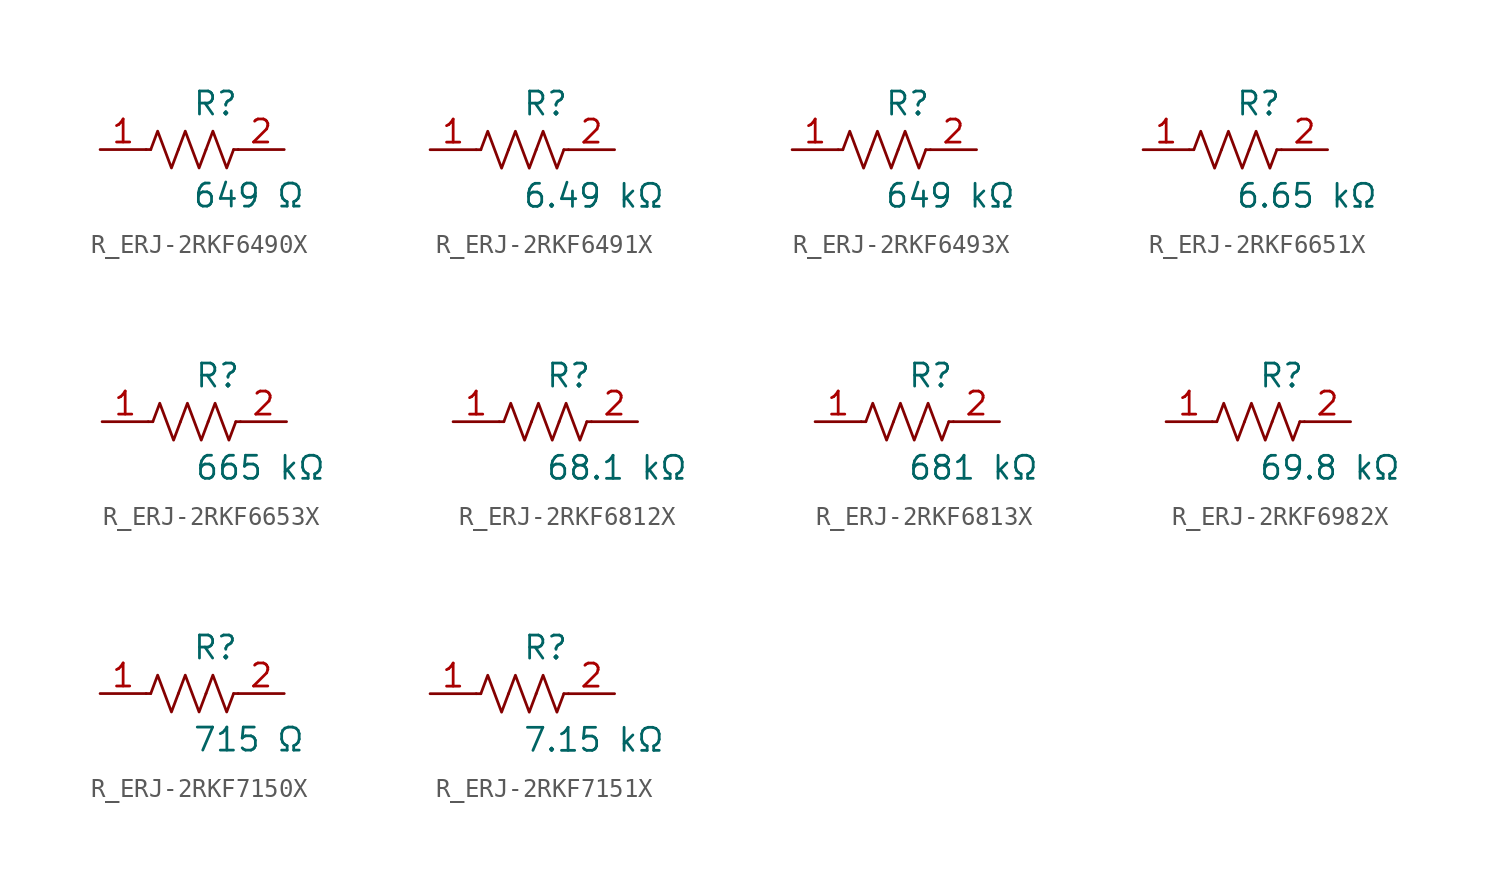
<source format=kicad_sym>
(kicad_symbol_lib
  (version 20231120)
  (generator kicad_symbol_editor)
  (generator_version 8.0)
  (symbol "R_ERJ-2RKF6490X"
    (pin_names
      (offset 0.254))
    (property "Reference" "R"
      (at 0.0 2.54 0)
      (effects (font (size 1.27 1.27)) (justify left)))
    (property "Value" "649 Ω"
      (at 0.0 -2.54 0)
      (effects (font (size 1.27 1.27)) (justify left)))
    (symbol "R_ERJ-2RKF6490X_0_1"
      (polyline (pts (xy 2.286 0) (xy 2.54 0)) (stroke (width 0) (type default)) (fill (type none)))
      (polyline (pts (xy -2.286 0) (xy -2.54 0)) (stroke (width 0) (type default)) (fill (type none)))
      (polyline (pts (xy 0.762 0) (xy 1.143 1.016) (xy 1.524 0) (xy 1.905 -1.016) (xy 2.286 0)) (stroke (width 0) (type default)) (fill (type none)))
      (polyline (pts (xy -0.762 0) (xy -0.381 1.016) (xy 0 0) (xy 0.381 -1.016) (xy 0.762 0)) (stroke (width 0) (type default)) (fill (type none)))
      (polyline (pts (xy -2.286 0) (xy -1.905 1.016) (xy -1.524 0) (xy -1.143 -1.016) (xy -0.762 0)) (stroke (width 0) (type default)) (fill (type none))))
    (pin unspecified line
      (at -5.08 0 0)
      (length 2.54)
      (name "" (effects (font (size 1.27 1.27))))
      (number "1" (effects (font (size 1.27 1.27)))))
    (pin unspecified line
      (at 5.08 0 180)
      (length 2.54)
      (name "" (effects (font (size 1.27 1.27))))
      (number "2" (effects (font (size 1.27 1.27))))))
  (symbol "R_ERJ-2RKF6491X"
    (pin_names
      (offset 0.254))
    (property "Reference" "R"
      (at 0.0 2.54 0)
      (effects (font (size 1.27 1.27)) (justify left)))
    (property "Value" "6.49 kΩ"
      (at 0.0 -2.54 0)
      (effects (font (size 1.27 1.27)) (justify left)))
    (symbol "R_ERJ-2RKF6491X_0_1"
      (polyline (pts (xy 2.286 0) (xy 2.54 0)) (stroke (width 0) (type default)) (fill (type none)))
      (polyline (pts (xy -2.286 0) (xy -2.54 0)) (stroke (width 0) (type default)) (fill (type none)))
      (polyline (pts (xy 0.762 0) (xy 1.143 1.016) (xy 1.524 0) (xy 1.905 -1.016) (xy 2.286 0)) (stroke (width 0) (type default)) (fill (type none)))
      (polyline (pts (xy -0.762 0) (xy -0.381 1.016) (xy 0 0) (xy 0.381 -1.016) (xy 0.762 0)) (stroke (width 0) (type default)) (fill (type none)))
      (polyline (pts (xy -2.286 0) (xy -1.905 1.016) (xy -1.524 0) (xy -1.143 -1.016) (xy -0.762 0)) (stroke (width 0) (type default)) (fill (type none))))
    (pin unspecified line
      (at -5.08 0 0)
      (length 2.54)
      (name "" (effects (font (size 1.27 1.27))))
      (number "1" (effects (font (size 1.27 1.27)))))
    (pin unspecified line
      (at 5.08 0 180)
      (length 2.54)
      (name "" (effects (font (size 1.27 1.27))))
      (number "2" (effects (font (size 1.27 1.27))))))
  (symbol "R_ERJ-2RKF6493X"
    (pin_names
      (offset 0.254))
    (property "Reference" "R"
      (at 0.0 2.54 0)
      (effects (font (size 1.27 1.27)) (justify left)))
    (property "Value" "649 kΩ"
      (at 0.0 -2.54 0)
      (effects (font (size 1.27 1.27)) (justify left)))
    (symbol "R_ERJ-2RKF6493X_0_1"
      (polyline (pts (xy 2.286 0) (xy 2.54 0)) (stroke (width 0) (type default)) (fill (type none)))
      (polyline (pts (xy -2.286 0) (xy -2.54 0)) (stroke (width 0) (type default)) (fill (type none)))
      (polyline (pts (xy 0.762 0) (xy 1.143 1.016) (xy 1.524 0) (xy 1.905 -1.016) (xy 2.286 0)) (stroke (width 0) (type default)) (fill (type none)))
      (polyline (pts (xy -0.762 0) (xy -0.381 1.016) (xy 0 0) (xy 0.381 -1.016) (xy 0.762 0)) (stroke (width 0) (type default)) (fill (type none)))
      (polyline (pts (xy -2.286 0) (xy -1.905 1.016) (xy -1.524 0) (xy -1.143 -1.016) (xy -0.762 0)) (stroke (width 0) (type default)) (fill (type none))))
    (pin unspecified line
      (at -5.08 0 0)
      (length 2.54)
      (name "" (effects (font (size 1.27 1.27))))
      (number "1" (effects (font (size 1.27 1.27)))))
    (pin unspecified line
      (at 5.08 0 180)
      (length 2.54)
      (name "" (effects (font (size 1.27 1.27))))
      (number "2" (effects (font (size 1.27 1.27))))))
  (symbol "R_ERJ-2RKF6651X"
    (pin_names
      (offset 0.254))
    (property "Reference" "R"
      (at 0.0 2.54 0)
      (effects (font (size 1.27 1.27)) (justify left)))
    (property "Value" "6.65 kΩ"
      (at 0.0 -2.54 0)
      (effects (font (size 1.27 1.27)) (justify left)))
    (symbol "R_ERJ-2RKF6651X_0_1"
      (polyline (pts (xy 2.286 0) (xy 2.54 0)) (stroke (width 0) (type default)) (fill (type none)))
      (polyline (pts (xy -2.286 0) (xy -2.54 0)) (stroke (width 0) (type default)) (fill (type none)))
      (polyline (pts (xy 0.762 0) (xy 1.143 1.016) (xy 1.524 0) (xy 1.905 -1.016) (xy 2.286 0)) (stroke (width 0) (type default)) (fill (type none)))
      (polyline (pts (xy -0.762 0) (xy -0.381 1.016) (xy 0 0) (xy 0.381 -1.016) (xy 0.762 0)) (stroke (width 0) (type default)) (fill (type none)))
      (polyline (pts (xy -2.286 0) (xy -1.905 1.016) (xy -1.524 0) (xy -1.143 -1.016) (xy -0.762 0)) (stroke (width 0) (type default)) (fill (type none))))
    (pin unspecified line
      (at -5.08 0 0)
      (length 2.54)
      (name "" (effects (font (size 1.27 1.27))))
      (number "1" (effects (font (size 1.27 1.27)))))
    (pin unspecified line
      (at 5.08 0 180)
      (length 2.54)
      (name "" (effects (font (size 1.27 1.27))))
      (number "2" (effects (font (size 1.27 1.27))))))
  (symbol "R_ERJ-2RKF6653X"
    (pin_names
      (offset 0.254))
    (property "Reference" "R"
      (at 0.0 2.54 0)
      (effects (font (size 1.27 1.27)) (justify left)))
    (property "Value" "665 kΩ"
      (at 0.0 -2.54 0)
      (effects (font (size 1.27 1.27)) (justify left)))
    (symbol "R_ERJ-2RKF6653X_0_1"
      (polyline (pts (xy 2.286 0) (xy 2.54 0)) (stroke (width 0) (type default)) (fill (type none)))
      (polyline (pts (xy -2.286 0) (xy -2.54 0)) (stroke (width 0) (type default)) (fill (type none)))
      (polyline (pts (xy 0.762 0) (xy 1.143 1.016) (xy 1.524 0) (xy 1.905 -1.016) (xy 2.286 0)) (stroke (width 0) (type default)) (fill (type none)))
      (polyline (pts (xy -0.762 0) (xy -0.381 1.016) (xy 0 0) (xy 0.381 -1.016) (xy 0.762 0)) (stroke (width 0) (type default)) (fill (type none)))
      (polyline (pts (xy -2.286 0) (xy -1.905 1.016) (xy -1.524 0) (xy -1.143 -1.016) (xy -0.762 0)) (stroke (width 0) (type default)) (fill (type none))))
    (pin unspecified line
      (at -5.08 0 0)
      (length 2.54)
      (name "" (effects (font (size 1.27 1.27))))
      (number "1" (effects (font (size 1.27 1.27)))))
    (pin unspecified line
      (at 5.08 0 180)
      (length 2.54)
      (name "" (effects (font (size 1.27 1.27))))
      (number "2" (effects (font (size 1.27 1.27))))))
  (symbol "R_ERJ-2RKF6812X"
    (pin_names
      (offset 0.254))
    (property "Reference" "R"
      (at 0.0 2.54 0)
      (effects (font (size 1.27 1.27)) (justify left)))
    (property "Value" "68.1 kΩ"
      (at 0.0 -2.54 0)
      (effects (font (size 1.27 1.27)) (justify left)))
    (symbol "R_ERJ-2RKF6812X_0_1"
      (polyline (pts (xy 2.286 0) (xy 2.54 0)) (stroke (width 0) (type default)) (fill (type none)))
      (polyline (pts (xy -2.286 0) (xy -2.54 0)) (stroke (width 0) (type default)) (fill (type none)))
      (polyline (pts (xy 0.762 0) (xy 1.143 1.016) (xy 1.524 0) (xy 1.905 -1.016) (xy 2.286 0)) (stroke (width 0) (type default)) (fill (type none)))
      (polyline (pts (xy -0.762 0) (xy -0.381 1.016) (xy 0 0) (xy 0.381 -1.016) (xy 0.762 0)) (stroke (width 0) (type default)) (fill (type none)))
      (polyline (pts (xy -2.286 0) (xy -1.905 1.016) (xy -1.524 0) (xy -1.143 -1.016) (xy -0.762 0)) (stroke (width 0) (type default)) (fill (type none))))
    (pin unspecified line
      (at -5.08 0 0)
      (length 2.54)
      (name "" (effects (font (size 1.27 1.27))))
      (number "1" (effects (font (size 1.27 1.27)))))
    (pin unspecified line
      (at 5.08 0 180)
      (length 2.54)
      (name "" (effects (font (size 1.27 1.27))))
      (number "2" (effects (font (size 1.27 1.27))))))
  (symbol "R_ERJ-2RKF6813X"
    (pin_names
      (offset 0.254))
    (property "Reference" "R"
      (at 0.0 2.54 0)
      (effects (font (size 1.27 1.27)) (justify left)))
    (property "Value" "681 kΩ"
      (at 0.0 -2.54 0)
      (effects (font (size 1.27 1.27)) (justify left)))
    (symbol "R_ERJ-2RKF6813X_0_1"
      (polyline (pts (xy 2.286 0) (xy 2.54 0)) (stroke (width 0) (type default)) (fill (type none)))
      (polyline (pts (xy -2.286 0) (xy -2.54 0)) (stroke (width 0) (type default)) (fill (type none)))
      (polyline (pts (xy 0.762 0) (xy 1.143 1.016) (xy 1.524 0) (xy 1.905 -1.016) (xy 2.286 0)) (stroke (width 0) (type default)) (fill (type none)))
      (polyline (pts (xy -0.762 0) (xy -0.381 1.016) (xy 0 0) (xy 0.381 -1.016) (xy 0.762 0)) (stroke (width 0) (type default)) (fill (type none)))
      (polyline (pts (xy -2.286 0) (xy -1.905 1.016) (xy -1.524 0) (xy -1.143 -1.016) (xy -0.762 0)) (stroke (width 0) (type default)) (fill (type none))))
    (pin unspecified line
      (at -5.08 0 0)
      (length 2.54)
      (name "" (effects (font (size 1.27 1.27))))
      (number "1" (effects (font (size 1.27 1.27)))))
    (pin unspecified line
      (at 5.08 0 180)
      (length 2.54)
      (name "" (effects (font (size 1.27 1.27))))
      (number "2" (effects (font (size 1.27 1.27))))))
  (symbol "R_ERJ-2RKF6982X"
    (pin_names
      (offset 0.254))
    (property "Reference" "R"
      (at 0.0 2.54 0)
      (effects (font (size 1.27 1.27)) (justify left)))
    (property "Value" "69.8 kΩ"
      (at 0.0 -2.54 0)
      (effects (font (size 1.27 1.27)) (justify left)))
    (symbol "R_ERJ-2RKF6982X_0_1"
      (polyline (pts (xy 2.286 0) (xy 2.54 0)) (stroke (width 0) (type default)) (fill (type none)))
      (polyline (pts (xy -2.286 0) (xy -2.54 0)) (stroke (width 0) (type default)) (fill (type none)))
      (polyline (pts (xy 0.762 0) (xy 1.143 1.016) (xy 1.524 0) (xy 1.905 -1.016) (xy 2.286 0)) (stroke (width 0) (type default)) (fill (type none)))
      (polyline (pts (xy -0.762 0) (xy -0.381 1.016) (xy 0 0) (xy 0.381 -1.016) (xy 0.762 0)) (stroke (width 0) (type default)) (fill (type none)))
      (polyline (pts (xy -2.286 0) (xy -1.905 1.016) (xy -1.524 0) (xy -1.143 -1.016) (xy -0.762 0)) (stroke (width 0) (type default)) (fill (type none))))
    (pin unspecified line
      (at -5.08 0 0)
      (length 2.54)
      (name "" (effects (font (size 1.27 1.27))))
      (number "1" (effects (font (size 1.27 1.27)))))
    (pin unspecified line
      (at 5.08 0 180)
      (length 2.54)
      (name "" (effects (font (size 1.27 1.27))))
      (number "2" (effects (font (size 1.27 1.27))))))
  (symbol "R_ERJ-2RKF7150X"
    (pin_names
      (offset 0.254))
    (property "Reference" "R"
      (at 0.0 2.54 0)
      (effects (font (size 1.27 1.27)) (justify left)))
    (property "Value" "715 Ω"
      (at 0.0 -2.54 0)
      (effects (font (size 1.27 1.27)) (justify left)))
    (symbol "R_ERJ-2RKF7150X_0_1"
      (polyline (pts (xy 2.286 0) (xy 2.54 0)) (stroke (width 0) (type default)) (fill (type none)))
      (polyline (pts (xy -2.286 0) (xy -2.54 0)) (stroke (width 0) (type default)) (fill (type none)))
      (polyline (pts (xy 0.762 0) (xy 1.143 1.016) (xy 1.524 0) (xy 1.905 -1.016) (xy 2.286 0)) (stroke (width 0) (type default)) (fill (type none)))
      (polyline (pts (xy -0.762 0) (xy -0.381 1.016) (xy 0 0) (xy 0.381 -1.016) (xy 0.762 0)) (stroke (width 0) (type default)) (fill (type none)))
      (polyline (pts (xy -2.286 0) (xy -1.905 1.016) (xy -1.524 0) (xy -1.143 -1.016) (xy -0.762 0)) (stroke (width 0) (type default)) (fill (type none))))
    (pin unspecified line
      (at -5.08 0 0)
      (length 2.54)
      (name "" (effects (font (size 1.27 1.27))))
      (number "1" (effects (font (size 1.27 1.27)))))
    (pin unspecified line
      (at 5.08 0 180)
      (length 2.54)
      (name "" (effects (font (size 1.27 1.27))))
      (number "2" (effects (font (size 1.27 1.27))))))
  (symbol "R_ERJ-2RKF7151X"
    (pin_names
      (offset 0.254))
    (property "Reference" "R"
      (at 0.0 2.54 0)
      (effects (font (size 1.27 1.27)) (justify left)))
    (property "Value" "7.15 kΩ"
      (at 0.0 -2.54 0)
      (effects (font (size 1.27 1.27)) (justify left)))
    (symbol "R_ERJ-2RKF7151X_0_1"
      (polyline (pts (xy 2.286 0) (xy 2.54 0)) (stroke (width 0) (type default)) (fill (type none)))
      (polyline (pts (xy -2.286 0) (xy -2.54 0)) (stroke (width 0) (type default)) (fill (type none)))
      (polyline (pts (xy 0.762 0) (xy 1.143 1.016) (xy 1.524 0) (xy 1.905 -1.016) (xy 2.286 0)) (stroke (width 0) (type default)) (fill (type none)))
      (polyline (pts (xy -0.762 0) (xy -0.381 1.016) (xy 0 0) (xy 0.381 -1.016) (xy 0.762 0)) (stroke (width 0) (type default)) (fill (type none)))
      (polyline (pts (xy -2.286 0) (xy -1.905 1.016) (xy -1.524 0) (xy -1.143 -1.016) (xy -0.762 0)) (stroke (width 0) (type default)) (fill (type none))))
    (pin unspecified line
      (at -5.08 0 0)
      (length 2.54)
      (name "" (effects (font (size 1.27 1.27))))
      (number "1" (effects (font (size 1.27 1.27)))))
    (pin unspecified line
      (at 5.08 0 180)
      (length 2.54)
      (name "" (effects (font (size 1.27 1.27))))
      (number "2" (effects (font (size 1.27 1.27)))))))
</source>
